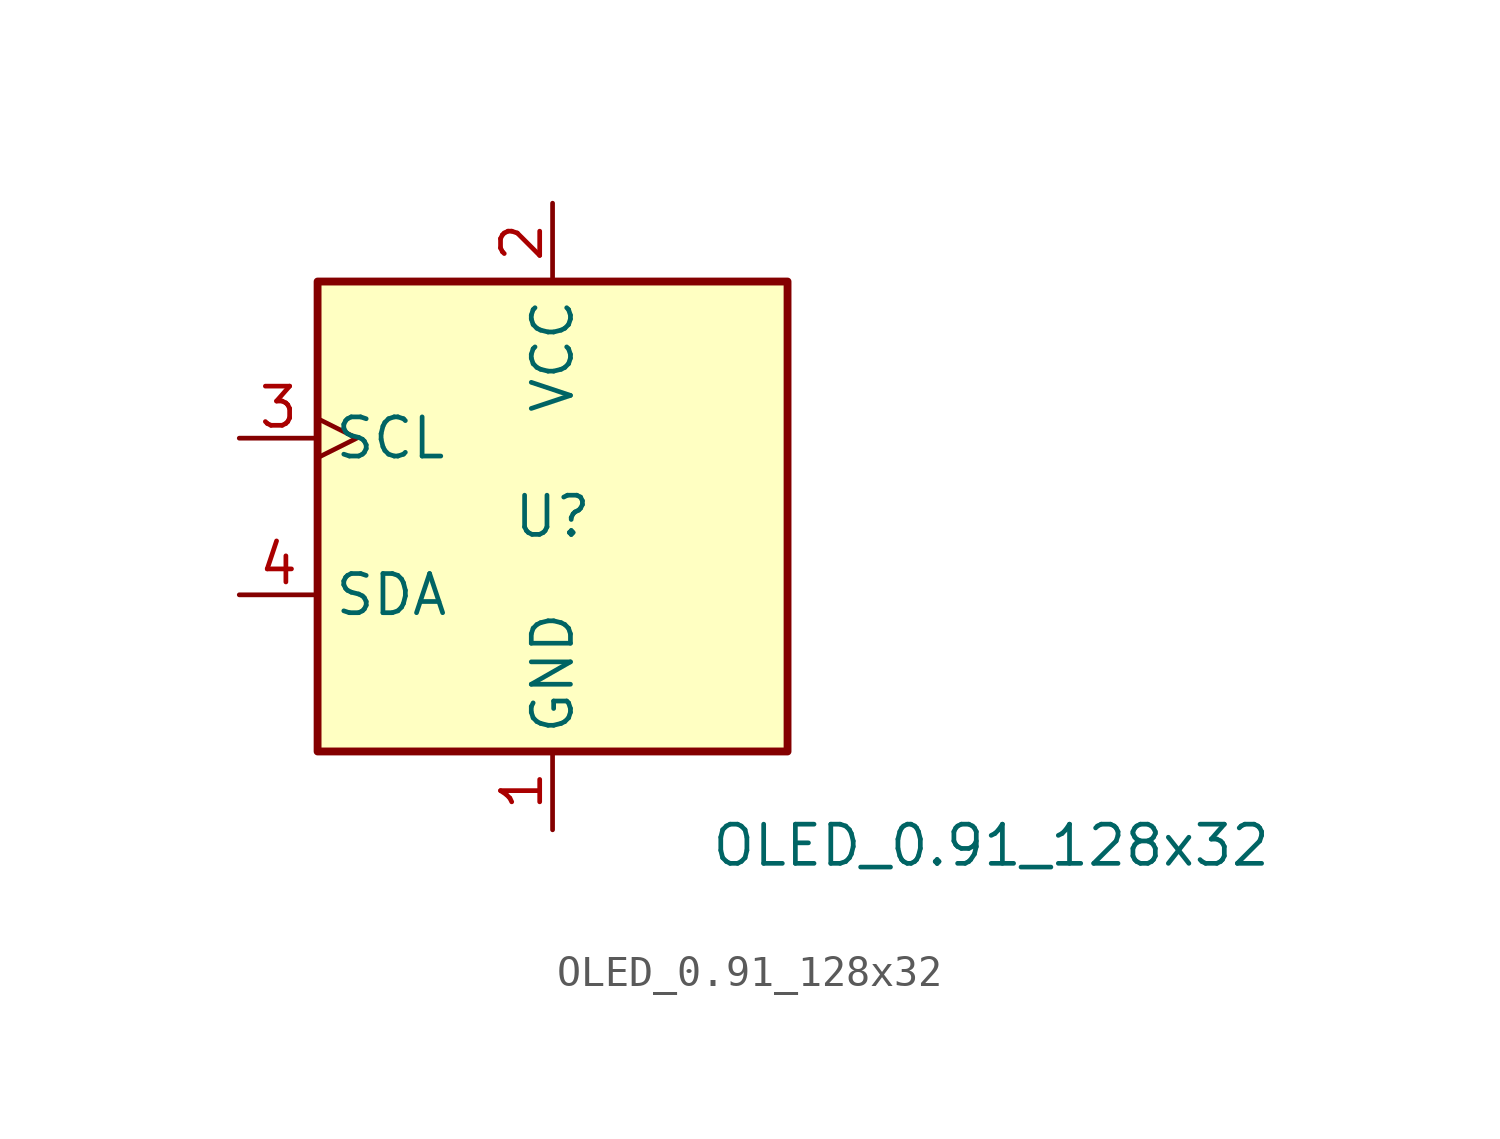
<source format=kicad_sym>
(kicad_symbol_lib
  (version 20241209)
  (generator "kicad_symbol_editor")
  (generator_version "9.0")
  (symbol "OLED_0.91_128x32"
    (property "Reference" "U"
      (at 0 0 0)
      (effects (font (size 1.27 1.27))))
    (property "Value" "OLED_0.91_128x32"
      (at 14.224 -10.668 0)
      (effects (font (size 1.27 1.27))))
    (symbol "OLED_0.91_128x32_1_1"
      (rectangle (start -7.62 7.62) (end 7.62 -7.62) (stroke (width 0.254) (type solid)) (fill (type background)))
      (pin input clock (at -10.16 2.54 0) (length 2.54) (name "SCL" (effects (font (size 1.27 1.27)))) (number "3" (effects (font (size 1.27 1.27)))))
      (pin bidirectional line (at -10.16 -2.54 0) (length 2.54) (name "SDA" (effects (font (size 1.27 1.27)))) (number "4" (effects (font (size 1.27 1.27)))))
      (pin power_in line (at 0 10.16 270) (length 2.54) (name "VCC" (effects (font (size 1.27 1.27)))) (number "2" (effects (font (size 1.27 1.27)))))
      (pin power_in line (at 0 -10.16 90) (length 2.54) (name "GND" (effects (font (size 1.27 1.27)))) (number "1" (effects (font (size 1.27 1.27))))))))
</source>
